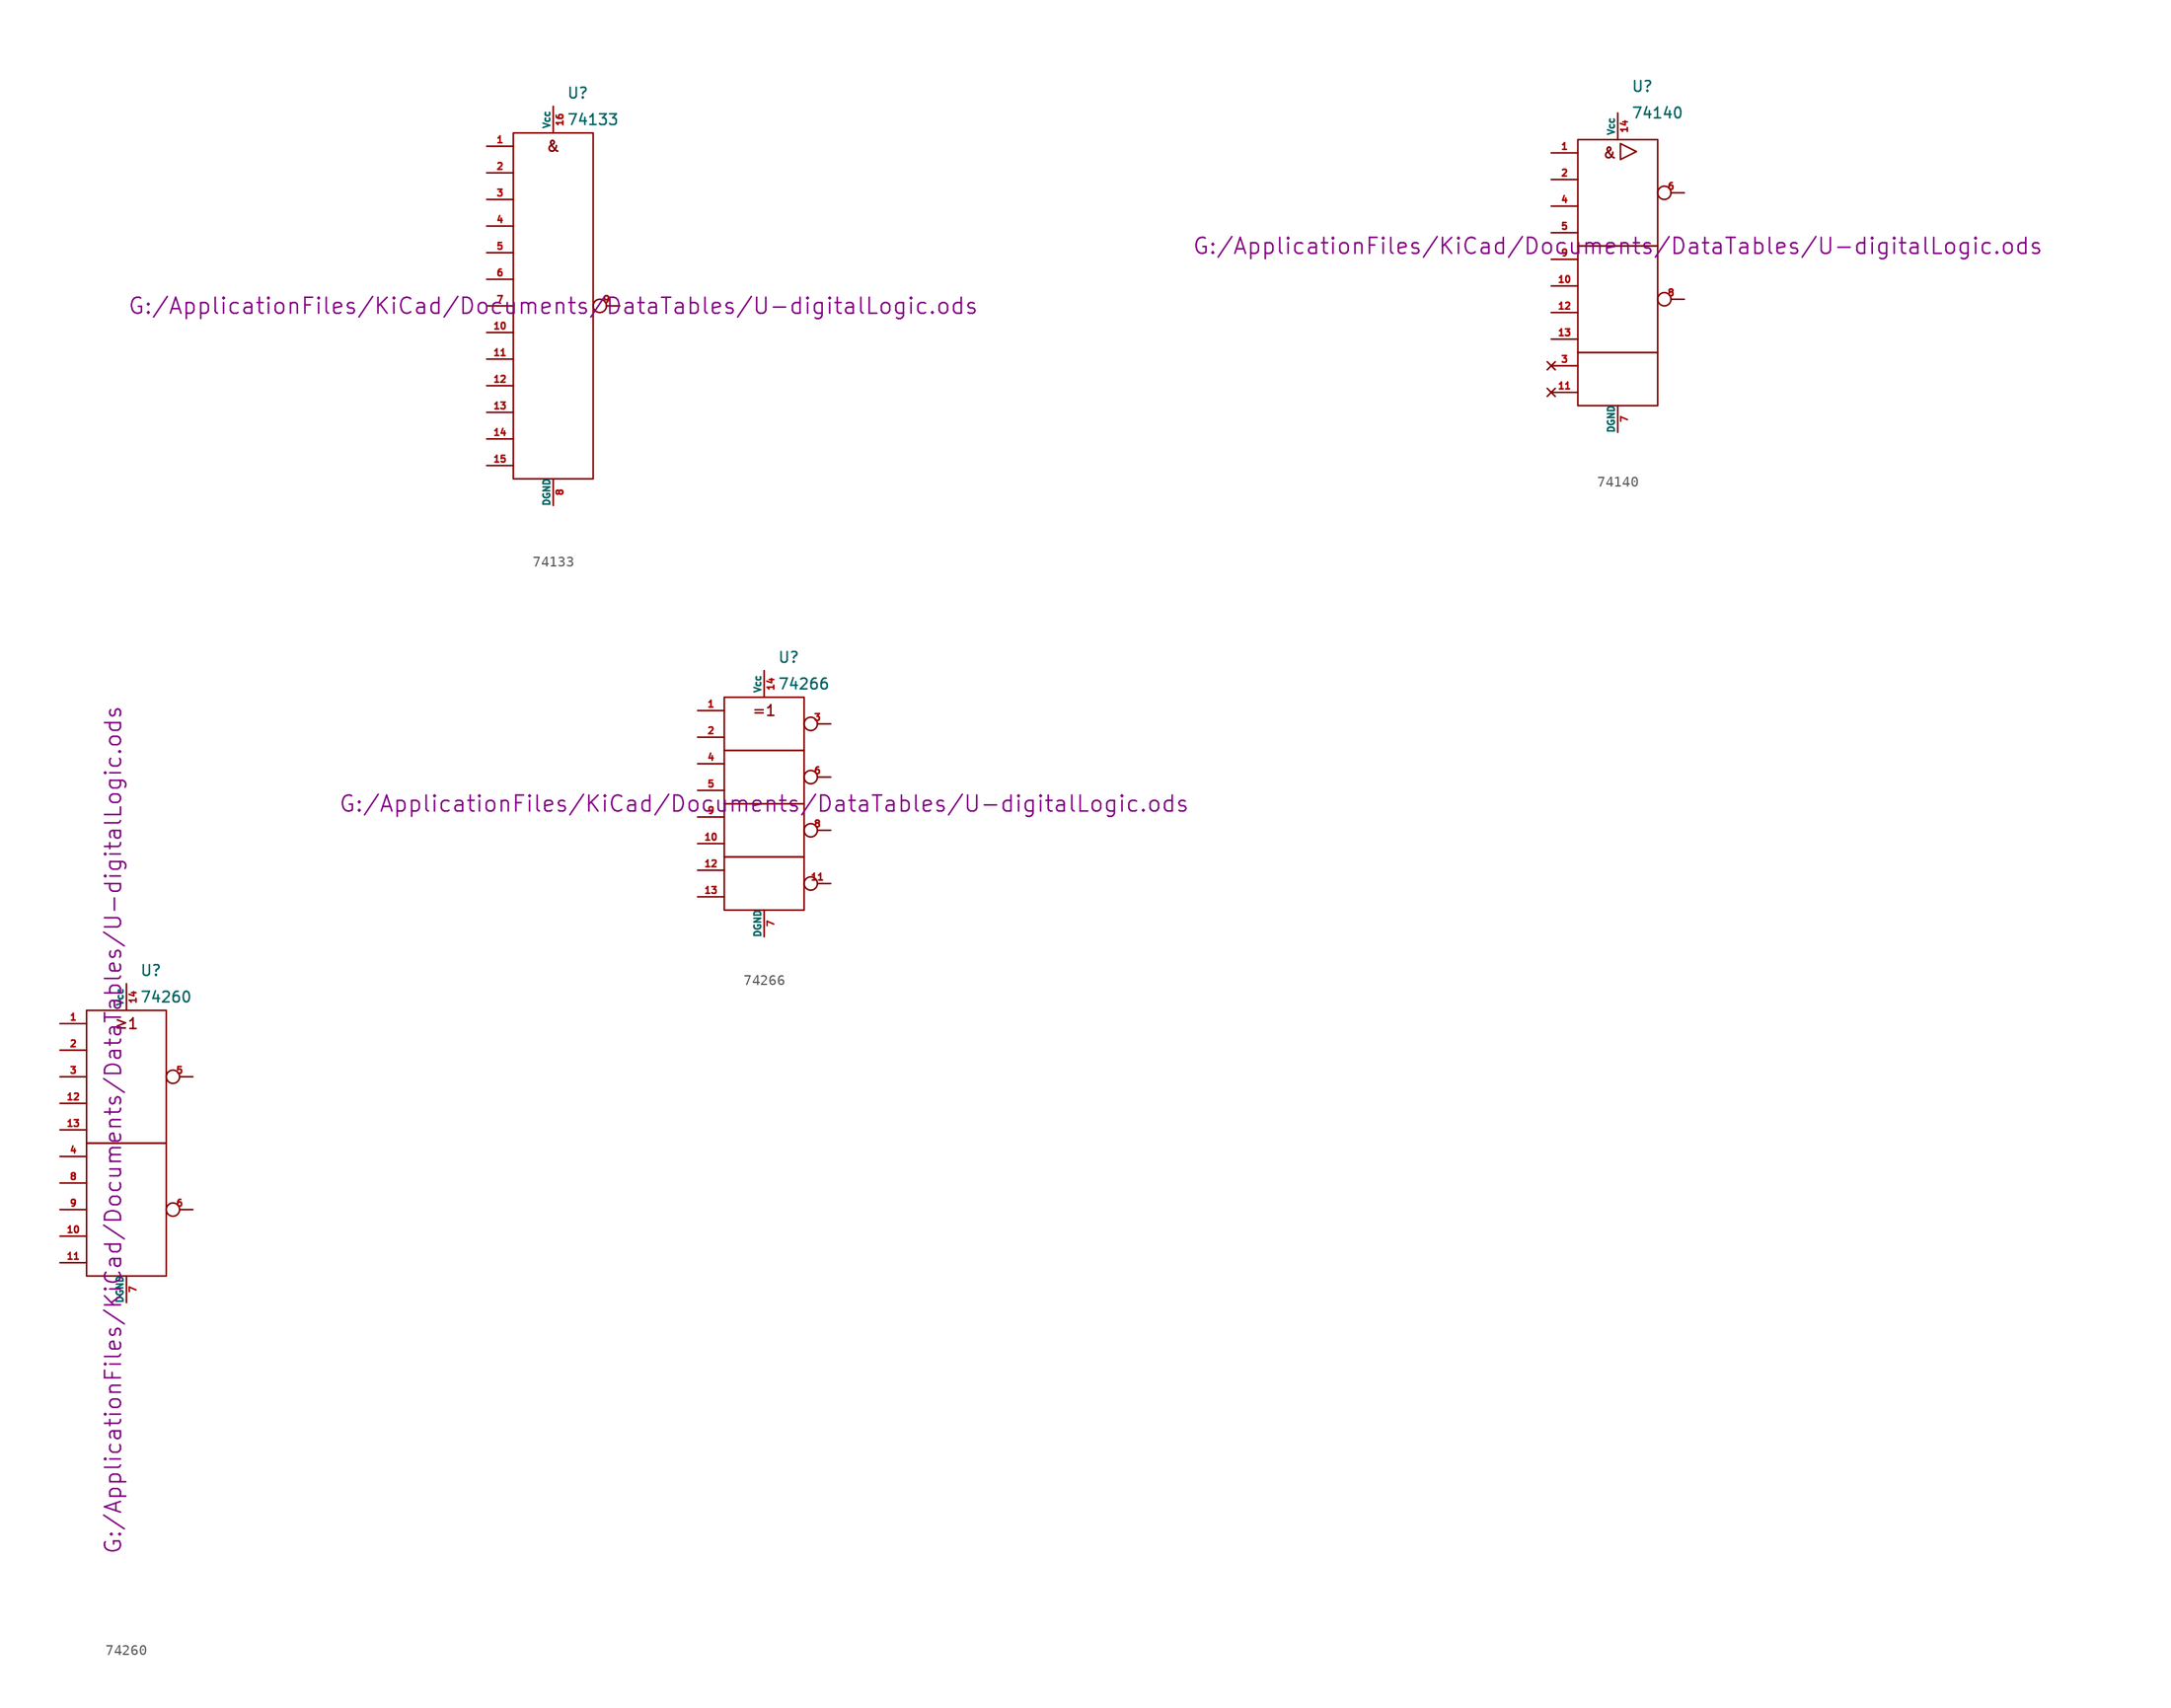
<source format=kicad_sym>
(kicad_symbol_lib
  (version 20211014)
  (generator kicad_symbol_editor)
  (symbol "74133"
    (pin_names
      (offset 0))
    (property "Reference" "U"
      (at 1.27 20.32 0)
      (effects (font (size 1.016 1.016)) (justify left)))
    (property "Value" "74133"
      (at 1.27 17.78 0)
      (effects (font (size 1.016 1.016)) (justify left)))
    (property "Footprint" ""
      (at 0 0 0)
      (effects (font (size 1.524 1.524))))
    (property "Datasheet" "G:/ApplicationFiles/KiCad/Documents/DataTables/U-digitalLogic.ods"
      (at 0 0 0)
      (effects (font (size 1.524 1.524))))
    (symbol "74133_0_0"
      (rectangle (start -3.81 16.51) (end 3.81 -16.51) (stroke (width 0) (type default) (color 0 0 0 0)) (fill (type none)))
      (text "&" (at 0 15.24 0) (effects (font (size 1.016 1.016)))))
    (symbol "74133_1_1"
      (pin input line (at -6.35 15.24 0) (length 2.54) (name "~" (effects (font (size 0.635 0.635)))) (number "1" (effects (font (size 0.635 0.635)))))
      (pin input line (at -6.35 -2.54 0) (length 2.54) (name "~" (effects (font (size 0.635 0.635)))) (number "10" (effects (font (size 0.635 0.635)))))
      (pin input line (at -6.35 -5.08 0) (length 2.54) (name "~" (effects (font (size 0.635 0.635)))) (number "11" (effects (font (size 0.635 0.635)))))
      (pin input line (at -6.35 -7.62 0) (length 2.54) (name "~" (effects (font (size 0.635 0.635)))) (number "12" (effects (font (size 0.635 0.635)))))
      (pin input line (at -6.35 -10.16 0) (length 2.54) (name "~" (effects (font (size 0.635 0.635)))) (number "13" (effects (font (size 0.635 0.635)))))
      (pin input line (at -6.35 -12.7 0) (length 2.54) (name "~" (effects (font (size 0.635 0.635)))) (number "14" (effects (font (size 0.635 0.635)))))
      (pin input line (at -6.35 -15.24 0) (length 2.54) (name "~" (effects (font (size 0.635 0.635)))) (number "15" (effects (font (size 0.635 0.635)))))
      (pin power_in line (at 0 19.05 270) (length 2.54) (name "Vcc" (effects (font (size 0.635 0.635)))) (number "16" (effects (font (size 0.635 0.635)))))
      (pin input line (at -6.35 12.7 0) (length 2.54) (name "~" (effects (font (size 0.635 0.635)))) (number "2" (effects (font (size 0.635 0.635)))))
      (pin input line (at -6.35 10.16 0) (length 2.54) (name "~" (effects (font (size 0.635 0.635)))) (number "3" (effects (font (size 0.635 0.635)))))
      (pin input line (at -6.35 7.62 0) (length 2.54) (name "~" (effects (font (size 0.635 0.635)))) (number "4" (effects (font (size 0.635 0.635)))))
      (pin input line (at -6.35 5.08 0) (length 2.54) (name "~" (effects (font (size 0.635 0.635)))) (number "5" (effects (font (size 0.635 0.635)))))
      (pin input line (at -6.35 2.54 0) (length 2.54) (name "~" (effects (font (size 0.635 0.635)))) (number "6" (effects (font (size 0.635 0.635)))))
      (pin input line (at -6.35 0 0) (length 2.54) (name "~" (effects (font (size 0.635 0.635)))) (number "7" (effects (font (size 0.635 0.635)))))
      (pin power_in line (at 0 -19.05 90) (length 2.54) (name "DGND" (effects (font (size 0.635 0.635)))) (number "8" (effects (font (size 0.635 0.635)))))
      (pin input inverted (at 6.35 0 180) (length 2.54) (name "~" (effects (font (size 0.635 0.635)))) (number "9" (effects (font (size 0.635 0.635)))))))
  (symbol "74140"
    (pin_names
      (offset 0))
    (property "Reference" "U"
      (at 1.27 17.78 0)
      (effects (font (size 1.016 1.016)) (justify left)))
    (property "Value" "74140"
      (at 1.27 15.24 0)
      (effects (font (size 1.016 1.016)) (justify left)))
    (property "Footprint" ""
      (at 0 2.54 0)
      (effects (font (size 1.524 1.524))))
    (property "Datasheet" "G:/ApplicationFiles/KiCad/Documents/DataTables/U-digitalLogic.ods"
      (at 0 2.54 0)
      (effects (font (size 1.524 1.524))))
    (symbol "74140_0_0"
      (rectangle (start -3.81 2.54) (end 3.81 -7.62) (stroke (width 0) (type default) (color 0 0 0 0)) (fill (type none)))
      (rectangle (start -3.81 12.7) (end 3.81 2.54) (stroke (width 0) (type default) (color 0 0 0 0)) (fill (type none)))
      (polyline (pts (xy 0.254 10.795) (xy 0.254 12.319) (xy 1.778 11.557) (xy 0.254 10.795)) (stroke (width 0) (type default) (color 0 0 0 0)) (fill (type none)))
      (rectangle (start 3.81 -7.62) (end -3.81 -12.7) (stroke (width 0) (type default) (color 0 0 0 0)) (fill (type none)))
      (text "&" (at -0.762 11.43 0) (effects (font (size 1.016 1.016)))))
    (symbol "74140_1_1"
      (pin input line (at -6.35 11.43 0) (length 2.54) (name "~" (effects (font (size 0.635 0.635)))) (number "1" (effects (font (size 0.635 0.635)))))
      (pin input line (at -6.35 -1.27 0) (length 2.54) (name "~" (effects (font (size 0.635 0.635)))) (number "10" (effects (font (size 0.635 0.635)))))
      (pin no_connect line (at -6.35 -11.43 0) (length 2.54) (name "~" (effects (font (size 0.635 0.635)))) (number "11" (effects (font (size 0.635 0.635)))))
      (pin input line (at -6.35 -3.81 0) (length 2.54) (name "~" (effects (font (size 0.635 0.635)))) (number "12" (effects (font (size 0.635 0.635)))))
      (pin input line (at -6.35 -6.35 0) (length 2.54) (name "~" (effects (font (size 0.635 0.635)))) (number "13" (effects (font (size 0.635 0.635)))))
      (pin power_in line (at 0 15.24 270) (length 2.54) (name "Vcc" (effects (font (size 0.635 0.635)))) (number "14" (effects (font (size 0.635 0.635)))))
      (pin input line (at -6.35 8.89 0) (length 2.54) (name "~" (effects (font (size 0.635 0.635)))) (number "2" (effects (font (size 0.635 0.635)))))
      (pin no_connect line (at -6.35 -8.89 0) (length 2.54) (name "~" (effects (font (size 0.635 0.635)))) (number "3" (effects (font (size 0.635 0.635)))))
      (pin input line (at -6.35 6.35 0) (length 2.54) (name "~" (effects (font (size 0.635 0.635)))) (number "4" (effects (font (size 0.635 0.635)))))
      (pin input line (at -6.35 3.81 0) (length 2.54) (name "~" (effects (font (size 0.635 0.635)))) (number "5" (effects (font (size 0.635 0.635)))))
      (pin output inverted (at 6.35 7.62 180) (length 2.54) (name "~" (effects (font (size 0.635 0.635)))) (number "6" (effects (font (size 0.635 0.635)))))
      (pin power_in line (at 0 -15.24 90) (length 2.54) (name "DGND" (effects (font (size 0.635 0.635)))) (number "7" (effects (font (size 0.635 0.635)))))
      (pin output inverted (at 6.35 -2.54 180) (length 2.54) (name "~" (effects (font (size 0.635 0.635)))) (number "8" (effects (font (size 0.635 0.635)))))
      (pin input line (at -6.35 1.27 0) (length 2.54) (name "~" (effects (font (size 0.635 0.635)))) (number "9" (effects (font (size 0.635 0.635)))))))
  (symbol "74260"
    (pin_names
      (offset 0))
    (property "Reference" "U"
      (at 1.27 16.51 0)
      (effects (font (size 1.016 1.016)) (justify left)))
    (property "Value" "74260"
      (at 1.27 13.97 0)
      (effects (font (size 1.016 1.016)) (justify left)))
    (property "Footprint" ""
      (at -1.27 1.27 90)
      (effects (font (size 1.524 1.524))))
    (property "Datasheet" "G:/ApplicationFiles/KiCad/Documents/DataTables/U-digitalLogic.ods"
      (at -1.27 1.27 90)
      (effects (font (size 1.524 1.524))))
    (symbol "74260_0_0"
      (rectangle (start -3.81 0) (end 3.81 -12.7) (stroke (width 0) (type default) (color 0 0 0 0)) (fill (type none)))
      (rectangle (start -3.81 12.7) (end 3.81 0) (stroke (width 0) (type default) (color 0 0 0 0)) (fill (type none)))
      (text "≥1" (at 0 11.43 0) (effects (font (size 1.016 1.016)))))
    (symbol "74260_1_1"
      (pin input line (at -6.35 11.43 0) (length 2.54) (name "~" (effects (font (size 0.635 0.635)))) (number "1" (effects (font (size 0.635 0.635)))))
      (pin input line (at -6.35 -8.89 0) (length 2.54) (name "~" (effects (font (size 0.635 0.635)))) (number "10" (effects (font (size 0.635 0.635)))))
      (pin input line (at -6.35 -11.43 0) (length 2.54) (name "~" (effects (font (size 0.635 0.635)))) (number "11" (effects (font (size 0.635 0.635)))))
      (pin input line (at -6.35 3.81 0) (length 2.54) (name "~" (effects (font (size 0.635 0.635)))) (number "12" (effects (font (size 0.635 0.635)))))
      (pin input line (at -6.35 1.27 0) (length 2.54) (name "~" (effects (font (size 0.635 0.635)))) (number "13" (effects (font (size 0.635 0.635)))))
      (pin power_in line (at 0 15.24 270) (length 2.54) (name "Vcc" (effects (font (size 0.635 0.635)))) (number "14" (effects (font (size 0.635 0.635)))))
      (pin input line (at -6.35 8.89 0) (length 2.54) (name "~" (effects (font (size 0.635 0.635)))) (number "2" (effects (font (size 0.635 0.635)))))
      (pin input line (at -6.35 6.35 0) (length 2.54) (name "~" (effects (font (size 0.635 0.635)))) (number "3" (effects (font (size 0.635 0.635)))))
      (pin input line (at -6.35 -1.27 0) (length 2.54) (name "~" (effects (font (size 0.635 0.635)))) (number "4" (effects (font (size 0.635 0.635)))))
      (pin output inverted (at 6.35 6.35 180) (length 2.54) (name "~" (effects (font (size 0.635 0.635)))) (number "5" (effects (font (size 0.635 0.635)))))
      (pin output inverted (at 6.35 -6.35 180) (length 2.54) (name "~" (effects (font (size 0.635 0.635)))) (number "6" (effects (font (size 0.635 0.635)))))
      (pin power_in line (at 0 -15.24 90) (length 2.54) (name "DGND" (effects (font (size 0.635 0.635)))) (number "7" (effects (font (size 0.635 0.635)))))
      (pin input line (at -6.35 -3.81 0) (length 2.54) (name "~" (effects (font (size 0.635 0.635)))) (number "8" (effects (font (size 0.635 0.635)))))
      (pin input line (at -6.35 -6.35 0) (length 2.54) (name "~" (effects (font (size 0.635 0.635)))) (number "9" (effects (font (size 0.635 0.635)))))))
  (symbol "74266"
    (pin_names
      (offset 0))
    (property "Reference" "U"
      (at 1.27 13.97 0)
      (effects (font (size 1.016 1.016)) (justify left)))
    (property "Value" "74266"
      (at 1.27 11.43 0)
      (effects (font (size 1.016 1.016)) (justify left)))
    (property "Footprint" ""
      (at 0 0 0)
      (effects (font (size 1.524 1.524))))
    (property "Datasheet" "G:/ApplicationFiles/KiCad/Documents/DataTables/U-digitalLogic.ods"
      (at 0 0 0)
      (effects (font (size 1.524 1.524))))
    (symbol "74266_0_0"
      (text "=1" (at 0 8.89 0) (effects (font (size 1.016 1.016)))))
    (symbol "74266_0_1"
      (rectangle (start -3.81 -5.08) (end 3.81 -10.16) (stroke (width 0) (type default) (color 0 0 0 0)) (fill (type none)))
      (rectangle (start -3.81 0) (end 3.81 -5.08) (stroke (width 0) (type default) (color 0 0 0 0)) (fill (type none)))
      (rectangle (start -3.81 5.08) (end 3.81 0) (stroke (width 0) (type default) (color 0 0 0 0)) (fill (type none)))
      (rectangle (start -3.81 10.16) (end 3.81 5.08) (stroke (width 0) (type default) (color 0 0 0 0)) (fill (type none))))
    (symbol "74266_1_1"
      (pin input line (at -6.35 8.89 0) (length 2.54) (name "~" (effects (font (size 0.635 0.635)))) (number "1" (effects (font (size 0.635 0.635)))))
      (pin input line (at -6.35 -3.81 0) (length 2.54) (name "~" (effects (font (size 0.635 0.635)))) (number "10" (effects (font (size 0.635 0.635)))))
      (pin open_collector inverted (at 6.35 -7.62 180) (length 2.54) (name "~" (effects (font (size 0.635 0.635)))) (number "11" (effects (font (size 0.635 0.635)))))
      (pin input line (at -6.35 -6.35 0) (length 2.54) (name "~" (effects (font (size 0.635 0.635)))) (number "12" (effects (font (size 0.635 0.635)))))
      (pin input line (at -6.35 -8.89 0) (length 2.54) (name "~" (effects (font (size 0.635 0.635)))) (number "13" (effects (font (size 0.635 0.635)))))
      (pin power_in line (at 0 12.7 270) (length 2.54) (name "Vcc" (effects (font (size 0.635 0.635)))) (number "14" (effects (font (size 0.635 0.635)))))
      (pin input line (at -6.35 6.35 0) (length 2.54) (name "~" (effects (font (size 0.635 0.635)))) (number "2" (effects (font (size 0.635 0.635)))))
      (pin open_collector inverted (at 6.35 7.62 180) (length 2.54) (name "~" (effects (font (size 0.635 0.635)))) (number "3" (effects (font (size 0.635 0.635)))))
      (pin input line (at -6.35 3.81 0) (length 2.54) (name "~" (effects (font (size 0.635 0.635)))) (number "4" (effects (font (size 0.635 0.635)))))
      (pin input line (at -6.35 1.27 0) (length 2.54) (name "~" (effects (font (size 0.635 0.635)))) (number "5" (effects (font (size 0.635 0.635)))))
      (pin open_collector inverted (at 6.35 2.54 180) (length 2.54) (name "~" (effects (font (size 0.635 0.635)))) (number "6" (effects (font (size 0.635 0.635)))))
      (pin power_in line (at 0 -12.7 90) (length 2.54) (name "DGND" (effects (font (size 0.635 0.635)))) (number "7" (effects (font (size 0.635 0.635)))))
      (pin open_collector inverted (at 6.35 -2.54 180) (length 2.54) (name "~" (effects (font (size 0.635 0.635)))) (number "8" (effects (font (size 0.635 0.635)))))
      (pin input line (at -6.35 -1.27 0) (length 2.54) (name "~" (effects (font (size 0.635 0.635)))) (number "9" (effects (font (size 0.635 0.635))))))))
</source>
